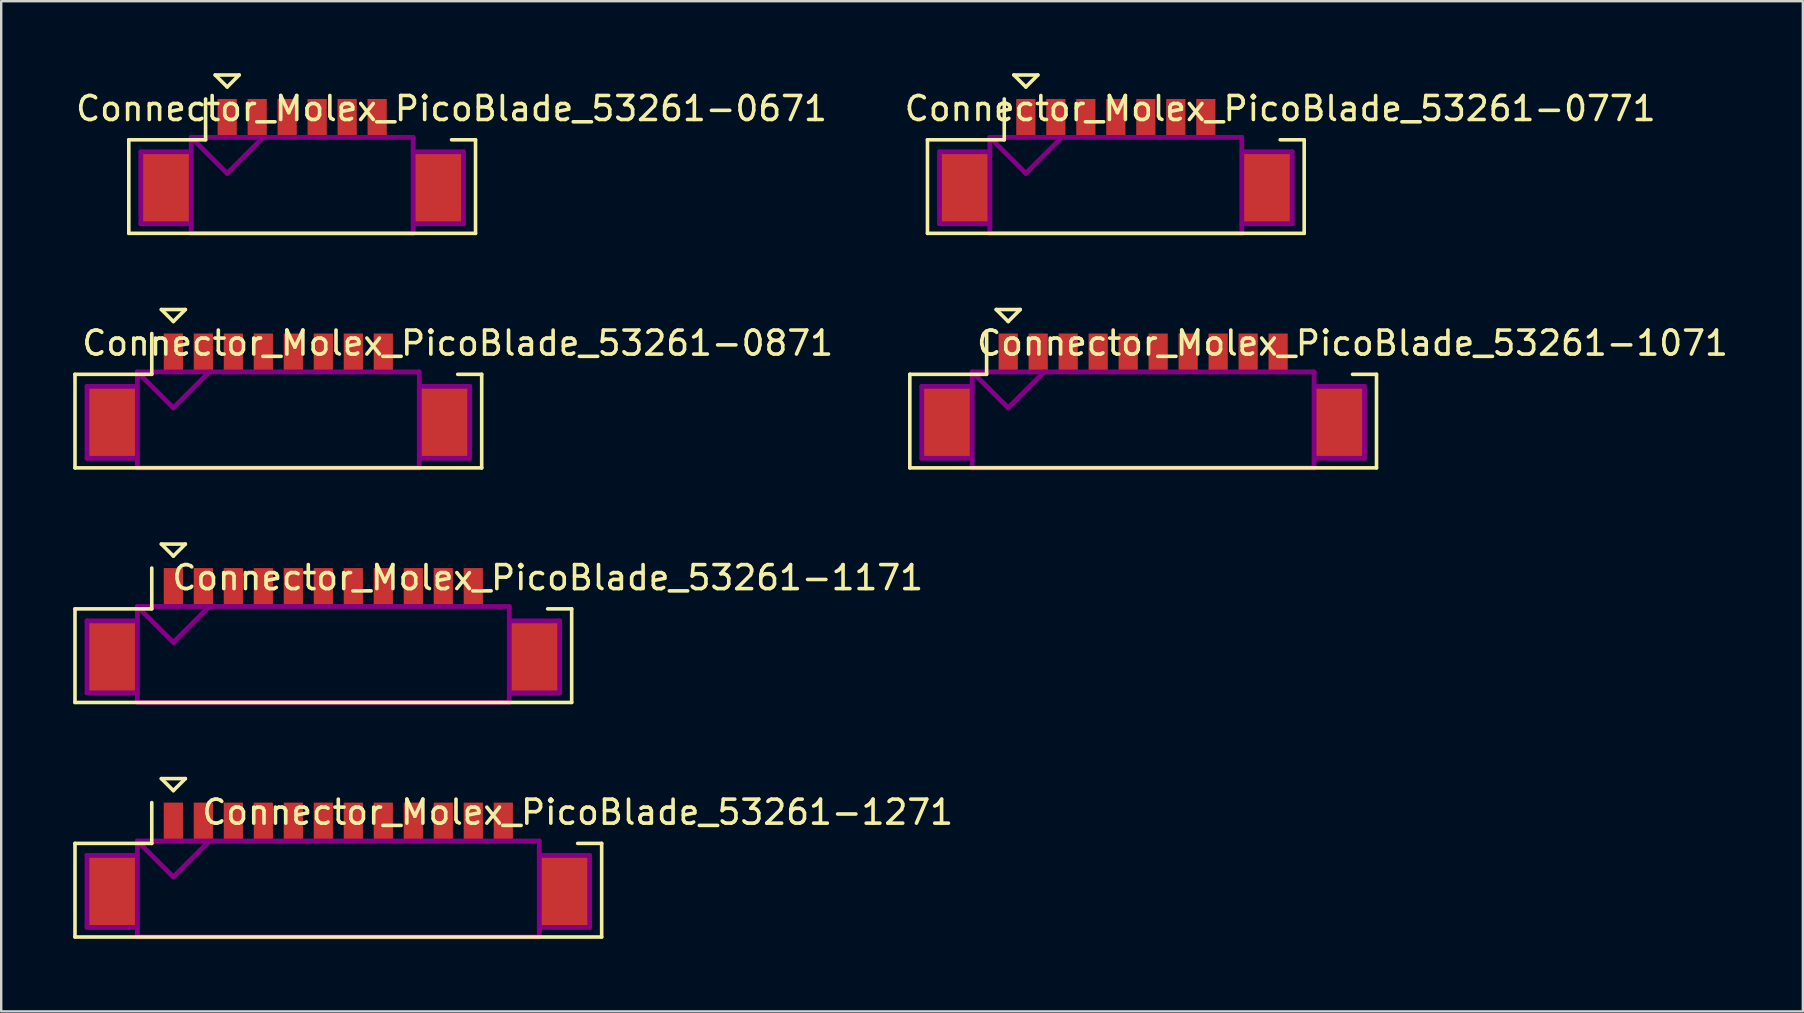
<source format=kicad_pcb>
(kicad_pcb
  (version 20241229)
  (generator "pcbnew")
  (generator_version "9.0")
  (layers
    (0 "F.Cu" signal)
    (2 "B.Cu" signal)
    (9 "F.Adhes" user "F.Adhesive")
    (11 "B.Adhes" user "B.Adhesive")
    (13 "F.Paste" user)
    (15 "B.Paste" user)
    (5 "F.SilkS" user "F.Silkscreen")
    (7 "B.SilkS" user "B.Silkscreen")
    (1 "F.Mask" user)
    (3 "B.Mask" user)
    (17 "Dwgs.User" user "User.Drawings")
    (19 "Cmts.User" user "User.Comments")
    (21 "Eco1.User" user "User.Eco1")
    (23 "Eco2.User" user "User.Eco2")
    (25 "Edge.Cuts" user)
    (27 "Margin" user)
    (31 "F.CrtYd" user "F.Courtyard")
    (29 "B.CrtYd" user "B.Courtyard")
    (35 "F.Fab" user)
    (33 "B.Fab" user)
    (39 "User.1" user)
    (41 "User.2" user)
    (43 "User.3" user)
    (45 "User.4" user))
  (footprint "Connector_Molex_PicoBlade_53261-0771"
    (layer "F.Cu")
    (at 43.454 4.775)
    (property "Reference" "Connector_Molex_PicoBlade_53261-0771" (at 6.85 -3.3 0) (layer "F.SilkS") (effects (font (size 1 1) (thickness 0.15))))
    (attr through_hole)
    (fp_line (start -7.85 -2) (end -7.85 1.9) (stroke (width 0.15) (type solid)) (layer "F.SilkS"))
    (fp_line (start -7.85 1.9) (end 7.85 1.9) (stroke (width 0.15) (type solid)) (layer "F.SilkS"))
    (fp_line (start -4.65 -3.7) (end -4.65 -2) (stroke (width 0.15) (type solid)) (layer "F.SilkS"))
    (fp_line (start -4.65 -2) (end -7.85 -2) (stroke (width 0.15) (type solid)) (layer "F.SilkS"))
    (fp_line (start -4.25 -4.7) (end -3.25 -4.7) (stroke (width 0.15) (type solid)) (layer "F.SilkS"))
    (fp_line (start -3.75 -4.2) (end -4.25 -4.7) (stroke (width 0.15) (type solid)) (layer "F.SilkS"))
    (fp_line (start -3.25 -4.7) (end -3.75 -4.2) (stroke (width 0.15) (type solid)) (layer "F.SilkS"))
    (fp_line (start 7.85 -2) (end 6.85 -2) (stroke (width 0.15) (type solid)) (layer "F.SilkS"))
    (fp_line (start 7.85 1.9) (end 7.85 -2) (stroke (width 0.15) (type solid)) (layer "F.SilkS"))
    (fp_line (start -7.35 -1.5) (end -7.35 1.5) (stroke (width 0.2) (type solid)) (layer "F.Adhes"))
    (fp_line (start -7.35 1.5) (end -5.25 1.5) (stroke (width 0.2) (type solid)) (layer "F.Adhes"))
    (fp_line (start -5.25 -2.1) (end -5.25 1.9) (stroke (width 0.2) (type solid)) (layer "F.Adhes"))
    (fp_line (start -5.25 -2.1) (end -3.75 -0.6) (stroke (width 0.2) (type solid)) (layer "F.Adhes"))
    (fp_line (start -5.25 -1.5) (end -7.35 -1.5) (stroke (width 0.2) (type solid)) (layer "F.Adhes"))
    (fp_line (start -5.25 1.9) (end 5.25 1.9) (stroke (width 0.2) (type solid)) (layer "F.Adhes"))
    (fp_line (start -3.75 -0.6) (end -2.25 -2.1) (stroke (width 0.2) (type solid)) (layer "F.Adhes"))
    (fp_line (start 5.25 -2.1) (end -5.25 -2.1) (stroke (width 0.2) (type solid)) (layer "F.Adhes"))
    (fp_line (start 5.25 -1.5) (end 7.35 -1.5) (stroke (width 0.2) (type solid)) (layer "F.Adhes"))
    (fp_line (start 5.25 1.9) (end 5.25 -2.1) (stroke (width 0.2) (type solid)) (layer "F.Adhes"))
    (fp_line (start 7.35 -1.5) (end 7.35 1.5) (stroke (width 0.2) (type solid)) (layer "F.Adhes"))
    (fp_line (start 7.35 1.5) (end 5.25 1.5) (stroke (width 0.2) (type solid)) (layer "F.Adhes"))
    (pad "" smd rect (at -6.3 0) (size 2.1 3) (layers "F.Cu" "F.Mask" "F.Paste"))
    (pad "" smd rect (at 6.3 0) (size 2.1 3) (layers "F.Cu" "F.Mask" "F.Paste"))
    (pad "1" smd rect (at -3.75 -2.9) (size 0.8 1.6) (layers "F.Cu" "F.Mask" "F.Paste"))
    (pad "2" smd rect (at -2.5 -2.9) (size 0.8 1.6) (layers "F.Cu" "F.Mask" "F.Paste"))
    (pad "3" smd rect (at -1.25 -2.9) (size 0.8 1.6) (layers "F.Cu" "F.Mask" "F.Paste"))
    (pad "4" smd rect (at 0 -2.9) (size 0.8 1.6) (layers "F.Cu" "F.Mask" "F.Paste"))
    (pad "5" smd rect (at 1.25 -2.9) (size 0.8 1.6) (layers "F.Cu" "F.Mask" "F.Paste"))
    (pad "6" smd rect (at 2.5 -2.9) (size 0.8 1.6) (layers "F.Cu" "F.Mask" "F.Paste"))
    (pad "7" smd rect (at 3.75 -2.9) (size 0.8 1.6) (layers "F.Cu" "F.Mask" "F.Paste")))
  (footprint "Connector_Molex_PicoBlade_53261-0871"
    (layer "F.Cu")
    (at 8.55 14.55)
    (property "Reference" "Connector_Molex_PicoBlade_53261-0871" (at 7.475 -3.3 0) (layer "F.SilkS") (effects (font (size 1 1) (thickness 0.15))))
    (attr through_hole)
    (fp_line (start -8.475 -2) (end -8.475 1.9) (stroke (width 0.15) (type solid)) (layer "F.SilkS"))
    (fp_line (start -8.475 1.9) (end 8.475 1.9) (stroke (width 0.15) (type solid)) (layer "F.SilkS"))
    (fp_line (start -5.275 -3.7) (end -5.275 -2) (stroke (width 0.15) (type solid)) (layer "F.SilkS"))
    (fp_line (start -5.275 -2) (end -8.475 -2) (stroke (width 0.15) (type solid)) (layer "F.SilkS"))
    (fp_line (start -4.875 -4.7) (end -3.875 -4.7) (stroke (width 0.15) (type solid)) (layer "F.SilkS"))
    (fp_line (start -4.375 -4.2) (end -4.875 -4.7) (stroke (width 0.15) (type solid)) (layer "F.SilkS"))
    (fp_line (start -3.875 -4.7) (end -4.375 -4.2) (stroke (width 0.15) (type solid)) (layer "F.SilkS"))
    (fp_line (start 8.475 -2) (end 7.475 -2) (stroke (width 0.15) (type solid)) (layer "F.SilkS"))
    (fp_line (start 8.475 1.9) (end 8.475 -2) (stroke (width 0.15) (type solid)) (layer "F.SilkS"))
    (fp_line (start -7.975 -1.5) (end -7.975 1.5) (stroke (width 0.2) (type solid)) (layer "F.Adhes"))
    (fp_line (start -7.975 1.5) (end -5.875 1.5) (stroke (width 0.2) (type solid)) (layer "F.Adhes"))
    (fp_line (start -5.875 -2.1) (end -5.875 1.9) (stroke (width 0.2) (type solid)) (layer "F.Adhes"))
    (fp_line (start -5.875 -2.1) (end -4.375 -0.6) (stroke (width 0.2) (type solid)) (layer "F.Adhes"))
    (fp_line (start -5.875 -1.5) (end -7.975 -1.5) (stroke (width 0.2) (type solid)) (layer "F.Adhes"))
    (fp_line (start -5.875 1.9) (end 5.875 1.9) (stroke (width 0.2) (type solid)) (layer "F.Adhes"))
    (fp_line (start -4.375 -0.6) (end -2.875 -2.1) (stroke (width 0.2) (type solid)) (layer "F.Adhes"))
    (fp_line (start 5.875 -2.1) (end -5.875 -2.1) (stroke (width 0.2) (type solid)) (layer "F.Adhes"))
    (fp_line (start 5.875 -1.5) (end 7.975 -1.5) (stroke (width 0.2) (type solid)) (layer "F.Adhes"))
    (fp_line (start 5.875 1.9) (end 5.875 -2.1) (stroke (width 0.2) (type solid)) (layer "F.Adhes"))
    (fp_line (start 7.975 -1.5) (end 7.975 1.5) (stroke (width 0.2) (type solid)) (layer "F.Adhes"))
    (fp_line (start 7.975 1.5) (end 5.875 1.5) (stroke (width 0.2) (type solid)) (layer "F.Adhes"))
    (pad "" smd rect (at -6.925 0) (size 2.1 3) (layers "F.Cu" "F.Mask" "F.Paste"))
    (pad "" smd rect (at 6.925 0) (size 2.1 3) (layers "F.Cu" "F.Mask" "F.Paste"))
    (pad "1" smd rect (at -4.375 -2.9) (size 0.8 1.6) (layers "F.Cu" "F.Mask" "F.Paste"))
    (pad "2" smd rect (at -3.125 -2.9) (size 0.8 1.6) (layers "F.Cu" "F.Mask" "F.Paste"))
    (pad "3" smd rect (at -1.875 -2.9) (size 0.8 1.6) (layers "F.Cu" "F.Mask" "F.Paste"))
    (pad "4" smd rect (at -0.625 -2.9) (size 0.8 1.6) (layers "F.Cu" "F.Mask" "F.Paste"))
    (pad "5" smd rect (at 0.625 -2.9) (size 0.8 1.6) (layers "F.Cu" "F.Mask" "F.Paste"))
    (pad "6" smd rect (at 1.875 -2.9) (size 0.8 1.6) (layers "F.Cu" "F.Mask" "F.Paste"))
    (pad "7" smd rect (at 3.125 -2.9) (size 0.8 1.6) (layers "F.Cu" "F.Mask" "F.Paste"))
    (pad "8" smd rect (at 4.375 -2.9) (size 0.8 1.6) (layers "F.Cu" "F.Mask" "F.Paste")))
  (footprint "Connector_Molex_PicoBlade_53261-1071"
    (layer "F.Cu")
    (at 44.593 14.55)
    (property "Reference" "Connector_Molex_PicoBlade_53261-1071" (at 8.725 -3.3 0) (layer "F.SilkS") (effects (font (size 1 1) (thickness 0.15))))
    (attr through_hole)
    (fp_line (start -9.725 -2) (end -9.725 1.9) (stroke (width 0.15) (type solid)) (layer "F.SilkS"))
    (fp_line (start -9.725 1.9) (end 9.725 1.9) (stroke (width 0.15) (type solid)) (layer "F.SilkS"))
    (fp_line (start -6.525 -3.7) (end -6.525 -2) (stroke (width 0.15) (type solid)) (layer "F.SilkS"))
    (fp_line (start -6.525 -2) (end -9.725 -2) (stroke (width 0.15) (type solid)) (layer "F.SilkS"))
    (fp_line (start -6.125 -4.7) (end -5.125 -4.7) (stroke (width 0.15) (type solid)) (layer "F.SilkS"))
    (fp_line (start -5.625 -4.2) (end -6.125 -4.7) (stroke (width 0.15) (type solid)) (layer "F.SilkS"))
    (fp_line (start -5.125 -4.7) (end -5.625 -4.2) (stroke (width 0.15) (type solid)) (layer "F.SilkS"))
    (fp_line (start 9.725 -2) (end 8.725 -2) (stroke (width 0.15) (type solid)) (layer "F.SilkS"))
    (fp_line (start 9.725 1.9) (end 9.725 -2) (stroke (width 0.15) (type solid)) (layer "F.SilkS"))
    (fp_line (start -9.225 -1.5) (end -9.225 1.5) (stroke (width 0.2) (type solid)) (layer "F.Adhes"))
    (fp_line (start -9.225 1.5) (end -7.125 1.5) (stroke (width 0.2) (type solid)) (layer "F.Adhes"))
    (fp_line (start -7.125 -2.1) (end -7.125 1.9) (stroke (width 0.2) (type solid)) (layer "F.Adhes"))
    (fp_line (start -7.125 -2.1) (end -5.625 -0.6) (stroke (width 0.2) (type solid)) (layer "F.Adhes"))
    (fp_line (start -7.125 -1.5) (end -9.225 -1.5) (stroke (width 0.2) (type solid)) (layer "F.Adhes"))
    (fp_line (start -7.125 1.9) (end 7.125 1.9) (stroke (width 0.2) (type solid)) (layer "F.Adhes"))
    (fp_line (start -5.625 -0.6) (end -4.125 -2.1) (stroke (width 0.2) (type solid)) (layer "F.Adhes"))
    (fp_line (start 7.125 -2.1) (end -7.125 -2.1) (stroke (width 0.2) (type solid)) (layer "F.Adhes"))
    (fp_line (start 7.125 -1.5) (end 9.225 -1.5) (stroke (width 0.2) (type solid)) (layer "F.Adhes"))
    (fp_line (start 7.125 1.9) (end 7.125 -2.1) (stroke (width 0.2) (type solid)) (layer "F.Adhes"))
    (fp_line (start 9.225 -1.5) (end 9.225 1.5) (stroke (width 0.2) (type solid)) (layer "F.Adhes"))
    (fp_line (start 9.225 1.5) (end 7.125 1.5) (stroke (width 0.2) (type solid)) (layer "F.Adhes"))
    (pad "" smd rect (at -8.175 0) (size 2.1 3) (layers "F.Cu" "F.Mask" "F.Paste"))
    (pad "" smd rect (at 8.175 0) (size 2.1 3) (layers "F.Cu" "F.Mask" "F.Paste"))
    (pad "1" smd rect (at -5.625 -2.9) (size 0.8 1.6) (layers "F.Cu" "F.Mask" "F.Paste"))
    (pad "2" smd rect (at -4.375 -2.9) (size 0.8 1.6) (layers "F.Cu" "F.Mask" "F.Paste"))
    (pad "3" smd rect (at -3.125 -2.9) (size 0.8 1.6) (layers "F.Cu" "F.Mask" "F.Paste"))
    (pad "4" smd rect (at -1.875 -2.9) (size 0.8 1.6) (layers "F.Cu" "F.Mask" "F.Paste"))
    (pad "5" smd rect (at -0.625 -2.9) (size 0.8 1.6) (layers "F.Cu" "F.Mask" "F.Paste"))
    (pad "6" smd rect (at 0.625 -2.9) (size 0.8 1.6) (layers "F.Cu" "F.Mask" "F.Paste"))
    (pad "7" smd rect (at 1.875 -2.9) (size 0.8 1.6) (layers "F.Cu" "F.Mask" "F.Paste"))
    (pad "8" smd rect (at 3.125 -2.9) (size 0.8 1.6) (layers "F.Cu" "F.Mask" "F.Paste"))
    (pad "9" smd rect (at 4.375 -2.9) (size 0.8 1.6) (layers "F.Cu" "F.Mask" "F.Paste"))
    (pad "10" smd rect (at 5.625 -2.9) (size 0.8 1.6) (layers "F.Cu" "F.Mask" "F.Paste")))
  (footprint "Connector_Molex_PicoBlade_53261-1171"
    (layer "F.Cu")
    (at 10.425 24.325)
    (property "Reference" "Connector_Molex_PicoBlade_53261-1171" (at 9.35 -3.3 0) (layer "F.SilkS") (effects (font (size 1 1) (thickness 0.15))))
    (attr through_hole)
    (fp_line (start -10.35 -2) (end -10.35 1.9) (stroke (width 0.15) (type solid)) (layer "F.SilkS"))
    (fp_line (start -10.35 1.9) (end 10.35 1.9) (stroke (width 0.15) (type solid)) (layer "F.SilkS"))
    (fp_line (start -7.15 -3.7) (end -7.15 -2) (stroke (width 0.15) (type solid)) (layer "F.SilkS"))
    (fp_line (start -7.15 -2) (end -10.35 -2) (stroke (width 0.15) (type solid)) (layer "F.SilkS"))
    (fp_line (start -6.75 -4.7) (end -5.75 -4.7) (stroke (width 0.15) (type solid)) (layer "F.SilkS"))
    (fp_line (start -6.25 -4.2) (end -6.75 -4.7) (stroke (width 0.15) (type solid)) (layer "F.SilkS"))
    (fp_line (start -5.75 -4.7) (end -6.25 -4.2) (stroke (width 0.15) (type solid)) (layer "F.SilkS"))
    (fp_line (start 10.35 -2) (end 9.35 -2) (stroke (width 0.15) (type solid)) (layer "F.SilkS"))
    (fp_line (start 10.35 1.9) (end 10.35 -2) (stroke (width 0.15) (type solid)) (layer "F.SilkS"))
    (fp_line (start -9.85 -1.5) (end -9.85 1.5) (stroke (width 0.2) (type solid)) (layer "F.Adhes"))
    (fp_line (start -9.85 1.5) (end -7.75 1.5) (stroke (width 0.2) (type solid)) (layer "F.Adhes"))
    (fp_line (start -7.75 -2.1) (end -7.75 1.9) (stroke (width 0.2) (type solid)) (layer "F.Adhes"))
    (fp_line (start -7.75 -2.1) (end -6.25 -0.6) (stroke (width 0.2) (type solid)) (layer "F.Adhes"))
    (fp_line (start -7.75 -1.5) (end -9.85 -1.5) (stroke (width 0.2) (type solid)) (layer "F.Adhes"))
    (fp_line (start -7.75 1.9) (end 7.75 1.9) (stroke (width 0.2) (type solid)) (layer "F.Adhes"))
    (fp_line (start -6.25 -0.6) (end -4.75 -2.1) (stroke (width 0.2) (type solid)) (layer "F.Adhes"))
    (fp_line (start 7.75 -2.1) (end -7.75 -2.1) (stroke (width 0.2) (type solid)) (layer "F.Adhes"))
    (fp_line (start 7.75 -1.5) (end 9.85 -1.5) (stroke (width 0.2) (type solid)) (layer "F.Adhes"))
    (fp_line (start 7.75 1.9) (end 7.75 -2.1) (stroke (width 0.2) (type solid)) (layer "F.Adhes"))
    (fp_line (start 9.85 -1.5) (end 9.85 1.5) (stroke (width 0.2) (type solid)) (layer "F.Adhes"))
    (fp_line (start 9.85 1.5) (end 7.75 1.5) (stroke (width 0.2) (type solid)) (layer "F.Adhes"))
    (pad "" smd rect (at -8.8 0) (size 2.1 3) (layers "F.Cu" "F.Mask" "F.Paste"))
    (pad "" smd rect (at 8.8 0) (size 2.1 3) (layers "F.Cu" "F.Mask" "F.Paste"))
    (pad "1" smd rect (at -6.25 -2.9) (size 0.8 1.6) (layers "F.Cu" "F.Mask" "F.Paste"))
    (pad "2" smd rect (at -5 -2.9) (size 0.8 1.6) (layers "F.Cu" "F.Mask" "F.Paste"))
    (pad "3" smd rect (at -3.75 -2.9) (size 0.8 1.6) (layers "F.Cu" "F.Mask" "F.Paste"))
    (pad "4" smd rect (at -2.5 -2.9) (size 0.8 1.6) (layers "F.Cu" "F.Mask" "F.Paste"))
    (pad "5" smd rect (at -1.25 -2.9) (size 0.8 1.6) (layers "F.Cu" "F.Mask" "F.Paste"))
    (pad "6" smd rect (at 0 -2.9) (size 0.8 1.6) (layers "F.Cu" "F.Mask" "F.Paste"))
    (pad "7" smd rect (at 1.25 -2.9) (size 0.8 1.6) (layers "F.Cu" "F.Mask" "F.Paste"))
    (pad "8" smd rect (at 2.5 -2.9) (size 0.8 1.6) (layers "F.Cu" "F.Mask" "F.Paste"))
    (pad "9" smd rect (at 3.75 -2.9) (size 0.8 1.6) (layers "F.Cu" "F.Mask" "F.Paste"))
    (pad "10" smd rect (at 5 -2.9) (size 0.8 1.6) (layers "F.Cu" "F.Mask" "F.Paste"))
    (pad "11" smd rect (at 6.25 -2.9) (size 0.8 1.6) (layers "F.Cu" "F.Mask" "F.Paste")))
  (footprint "Connector_Molex_PicoBlade_53261-0671"
    (layer "F.Cu")
    (at 9.543 4.775)
    (property "Reference" "Connector_Molex_PicoBlade_53261-0671" (at 6.225 -3.3 0) (layer "F.SilkS") (effects (font (size 1 1) (thickness 0.15))))
    (attr through_hole)
    (fp_line (start -7.225 -2) (end -7.225 1.9) (stroke (width 0.15) (type solid)) (layer "F.SilkS"))
    (fp_line (start -7.225 1.9) (end 7.225 1.9) (stroke (width 0.15) (type solid)) (layer "F.SilkS"))
    (fp_line (start -4.025 -3.7) (end -4.025 -2) (stroke (width 0.15) (type solid)) (layer "F.SilkS"))
    (fp_line (start -4.025 -2) (end -7.225 -2) (stroke (width 0.15) (type solid)) (layer "F.SilkS"))
    (fp_line (start -3.625 -4.7) (end -2.625 -4.7) (stroke (width 0.15) (type solid)) (layer "F.SilkS"))
    (fp_line (start -3.125 -4.2) (end -3.625 -4.7) (stroke (width 0.15) (type solid)) (layer "F.SilkS"))
    (fp_line (start -2.625 -4.7) (end -3.125 -4.2) (stroke (width 0.15) (type solid)) (layer "F.SilkS"))
    (fp_line (start 7.225 -2) (end 6.225 -2) (stroke (width 0.15) (type solid)) (layer "F.SilkS"))
    (fp_line (start 7.225 1.9) (end 7.225 -2) (stroke (width 0.15) (type solid)) (layer "F.SilkS"))
    (fp_line (start -6.725 -1.5) (end -6.725 1.5) (stroke (width 0.2) (type solid)) (layer "F.Adhes"))
    (fp_line (start -6.725 1.5) (end -4.625 1.5) (stroke (width 0.2) (type solid)) (layer "F.Adhes"))
    (fp_line (start -4.625 -2.1) (end -4.625 1.9) (stroke (width 0.2) (type solid)) (layer "F.Adhes"))
    (fp_line (start -4.625 -2.1) (end -3.125 -0.6) (stroke (width 0.2) (type solid)) (layer "F.Adhes"))
    (fp_line (start -4.625 -1.5) (end -6.725 -1.5) (stroke (width 0.2) (type solid)) (layer "F.Adhes"))
    (fp_line (start -4.625 1.9) (end 4.625 1.9) (stroke (width 0.2) (type solid)) (layer "F.Adhes"))
    (fp_line (start -3.125 -0.6) (end -1.625 -2.1) (stroke (width 0.2) (type solid)) (layer "F.Adhes"))
    (fp_line (start 4.625 -2.1) (end -4.625 -2.1) (stroke (width 0.2) (type solid)) (layer "F.Adhes"))
    (fp_line (start 4.625 -1.5) (end 6.725 -1.5) (stroke (width 0.2) (type solid)) (layer "F.Adhes"))
    (fp_line (start 4.625 1.9) (end 4.625 -2.1) (stroke (width 0.2) (type solid)) (layer "F.Adhes"))
    (fp_line (start 6.725 -1.5) (end 6.725 1.5) (stroke (width 0.2) (type solid)) (layer "F.Adhes"))
    (fp_line (start 6.725 1.5) (end 4.625 1.5) (stroke (width 0.2) (type solid)) (layer "F.Adhes"))
    (pad "" smd rect (at -5.675 0) (size 2.1 3) (layers "F.Cu" "F.Mask" "F.Paste"))
    (pad "" smd rect (at 5.675 0) (size 2.1 3) (layers "F.Cu" "F.Mask" "F.Paste"))
    (pad "1" smd rect (at -3.125 -2.9) (size 0.8 1.6) (layers "F.Cu" "F.Mask" "F.Paste"))
    (pad "2" smd rect (at -1.875 -2.9) (size 0.8 1.6) (layers "F.Cu" "F.Mask" "F.Paste"))
    (pad "3" smd rect (at -0.625 -2.9) (size 0.8 1.6) (layers "F.Cu" "F.Mask" "F.Paste"))
    (pad "4" smd rect (at 0.625 -2.9) (size 0.8 1.6) (layers "F.Cu" "F.Mask" "F.Paste"))
    (pad "5" smd rect (at 1.875 -2.9) (size 0.8 1.6) (layers "F.Cu" "F.Mask" "F.Paste"))
    (pad "6" smd rect (at 3.125 -2.9) (size 0.8 1.6) (layers "F.Cu" "F.Mask" "F.Paste")))
  (footprint "Connector_Molex_PicoBlade_53261-1271"
    (layer "F.Cu")
    (at 11.05 34.1)
    (property "Reference" "Connector_Molex_PicoBlade_53261-1271" (at 9.975 -3.3 0) (layer "F.SilkS") (effects (font (size 1 1) (thickness 0.15))))
    (attr through_hole)
    (fp_line (start -10.975 -2) (end -10.975 1.9) (stroke (width 0.15) (type solid)) (layer "F.SilkS"))
    (fp_line (start -10.975 1.9) (end 10.975 1.9) (stroke (width 0.15) (type solid)) (layer "F.SilkS"))
    (fp_line (start -7.775 -3.7) (end -7.775 -2) (stroke (width 0.15) (type solid)) (layer "F.SilkS"))
    (fp_line (start -7.775 -2) (end -10.975 -2) (stroke (width 0.15) (type solid)) (layer "F.SilkS"))
    (fp_line (start -7.375 -4.7) (end -6.375 -4.7) (stroke (width 0.15) (type solid)) (layer "F.SilkS"))
    (fp_line (start -6.875 -4.2) (end -7.375 -4.7) (stroke (width 0.15) (type solid)) (layer "F.SilkS"))
    (fp_line (start -6.375 -4.7) (end -6.875 -4.2) (stroke (width 0.15) (type solid)) (layer "F.SilkS"))
    (fp_line (start 10.975 -2) (end 9.975 -2) (stroke (width 0.15) (type solid)) (layer "F.SilkS"))
    (fp_line (start 10.975 1.9) (end 10.975 -2) (stroke (width 0.15) (type solid)) (layer "F.SilkS"))
    (fp_line (start -10.475 -1.5) (end -10.475 1.5) (stroke (width 0.2) (type solid)) (layer "F.Adhes"))
    (fp_line (start -10.475 1.5) (end -8.375 1.5) (stroke (width 0.2) (type solid)) (layer "F.Adhes"))
    (fp_line (start -8.375 -2.1) (end -8.375 1.9) (stroke (width 0.2) (type solid)) (layer "F.Adhes"))
    (fp_line (start -8.375 -2.1) (end -6.875 -0.6) (stroke (width 0.2) (type solid)) (layer "F.Adhes"))
    (fp_line (start -8.375 -1.5) (end -10.475 -1.5) (stroke (width 0.2) (type solid)) (layer "F.Adhes"))
    (fp_line (start -8.375 1.9) (end 8.375 1.9) (stroke (width 0.2) (type solid)) (layer "F.Adhes"))
    (fp_line (start -6.875 -0.6) (end -5.375 -2.1) (stroke (width 0.2) (type solid)) (layer "F.Adhes"))
    (fp_line (start 8.375 -2.1) (end -8.375 -2.1) (stroke (width 0.2) (type solid)) (layer "F.Adhes"))
    (fp_line (start 8.375 -1.5) (end 10.475 -1.5) (stroke (width 0.2) (type solid)) (layer "F.Adhes"))
    (fp_line (start 8.375 1.9) (end 8.375 -2.1) (stroke (width 0.2) (type solid)) (layer "F.Adhes"))
    (fp_line (start 10.475 -1.5) (end 10.475 1.5) (stroke (width 0.2) (type solid)) (layer "F.Adhes"))
    (fp_line (start 10.475 1.5) (end 8.375 1.5) (stroke (width 0.2) (type solid)) (layer "F.Adhes"))
    (pad "" smd rect (at -9.425 0) (size 2.1 3) (layers "F.Cu" "F.Mask" "F.Paste"))
    (pad "" smd rect (at 9.425 0) (size 2.1 3) (layers "F.Cu" "F.Mask" "F.Paste"))
    (pad "1" smd rect (at -6.875 -2.9) (size 0.8 1.6) (layers "F.Cu" "F.Mask" "F.Paste"))
    (pad "2" smd rect (at -5.625 -2.9) (size 0.8 1.6) (layers "F.Cu" "F.Mask" "F.Paste"))
    (pad "3" smd rect (at -4.375 -2.9) (size 0.8 1.6) (layers "F.Cu" "F.Mask" "F.Paste"))
    (pad "4" smd rect (at -3.125 -2.9) (size 0.8 1.6) (layers "F.Cu" "F.Mask" "F.Paste"))
    (pad "5" smd rect (at -1.875 -2.9) (size 0.8 1.6) (layers "F.Cu" "F.Mask" "F.Paste"))
    (pad "6" smd rect (at -0.625 -2.9) (size 0.8 1.6) (layers "F.Cu" "F.Mask" "F.Paste"))
    (pad "7" smd rect (at 0.625 -2.9) (size 0.8 1.6) (layers "F.Cu" "F.Mask" "F.Paste"))
    (pad "8" smd rect (at 1.875 -2.9) (size 0.8 1.6) (layers "F.Cu" "F.Mask" "F.Paste"))
    (pad "9" smd rect (at 3.125 -2.9) (size 0.8 1.6) (layers "F.Cu" "F.Mask" "F.Paste"))
    (pad "10" smd rect (at 4.375 -2.9) (size 0.8 1.6) (layers "F.Cu" "F.Mask" "F.Paste"))
    (pad "11" smd rect (at 5.625 -2.9) (size 0.8 1.6) (layers "F.Cu" "F.Mask" "F.Paste"))
    (pad "12" smd rect (at 6.875 -2.9) (size 0.8 1.6) (layers "F.Cu" "F.Mask" "F.Paste")))
  (gr_rect
    (start -3 -3)
    (end 72.086 39.1)
    (stroke (width 0.1) (type default))
    (fill no)
    (layer "Edge.Cuts")))
</source>
